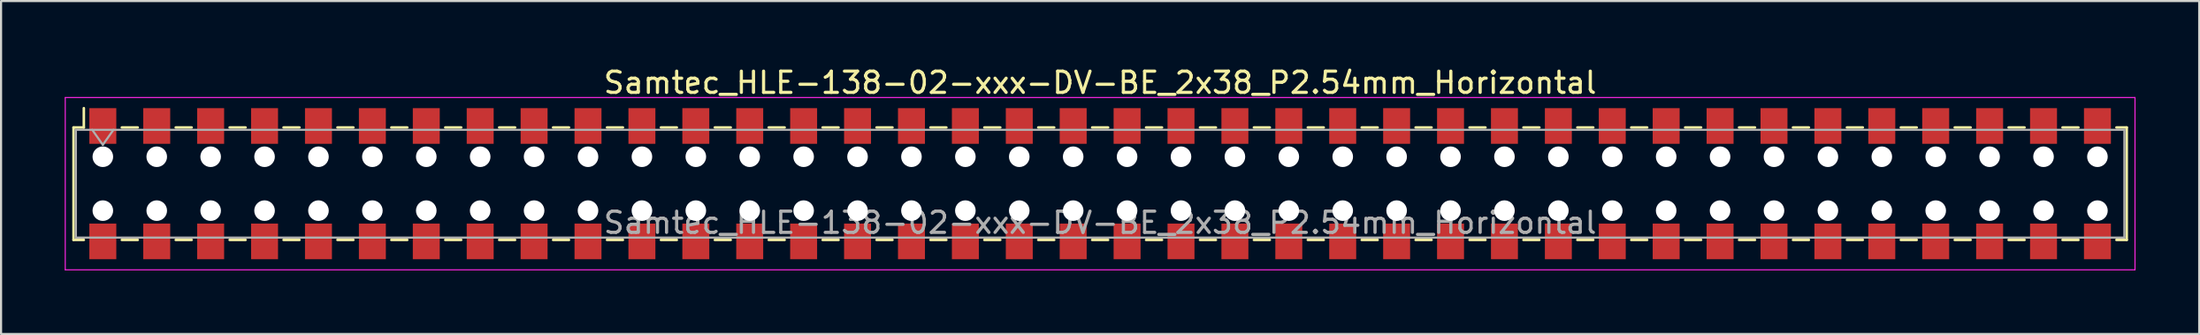
<source format=kicad_pcb>
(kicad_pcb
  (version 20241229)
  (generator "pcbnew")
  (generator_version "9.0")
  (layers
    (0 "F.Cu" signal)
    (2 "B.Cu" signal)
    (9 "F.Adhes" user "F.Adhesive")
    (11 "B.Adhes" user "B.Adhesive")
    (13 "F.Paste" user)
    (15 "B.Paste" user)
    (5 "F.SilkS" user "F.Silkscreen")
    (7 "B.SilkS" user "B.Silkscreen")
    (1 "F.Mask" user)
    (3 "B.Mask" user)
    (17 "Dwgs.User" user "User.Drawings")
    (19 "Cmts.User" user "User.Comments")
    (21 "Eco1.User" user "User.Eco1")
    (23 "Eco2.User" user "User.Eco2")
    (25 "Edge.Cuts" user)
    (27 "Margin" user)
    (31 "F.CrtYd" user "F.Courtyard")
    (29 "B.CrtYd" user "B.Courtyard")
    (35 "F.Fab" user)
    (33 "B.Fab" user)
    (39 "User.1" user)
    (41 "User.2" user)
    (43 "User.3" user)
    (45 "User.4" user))
  (footprint "Samtec_HLE-138-02-xxx-DV-BE_2x38_P2.54mm_Horizontal"
    (layer "F.Cu")
    (at 48.785 5.608)
    (property "Reference" "Samtec_HLE-138-02-xxx-DV-BE_2x38_P2.54mm_Horizontal" (at 0 -4.76 0) (layer "F.SilkS") (effects (font (size 1 1) (thickness 0.15))))
    (attr smd)
    (fp_line (start -48.37 -2.65) (end -48.37 2.65) (stroke (width 0.12) (type solid)) (layer "F.SilkS"))
    (fp_line (start -48.37 2.65) (end -47.885 2.65) (stroke (width 0.12) (type solid)) (layer "F.SilkS"))
    (fp_line (start -47.885 -3.56) (end -47.885 -2.65) (stroke (width 0.12) (type solid)) (layer "F.SilkS"))
    (fp_line (start -47.885 -2.65) (end -48.37 -2.65) (stroke (width 0.12) (type solid)) (layer "F.SilkS"))
    (fp_line (start -46.095 -2.65) (end -45.345 -2.65) (stroke (width 0.12) (type solid)) (layer "F.SilkS"))
    (fp_line (start -46.095 2.65) (end -45.345 2.65) (stroke (width 0.12) (type solid)) (layer "F.SilkS"))
    (fp_line (start -43.555 -2.65) (end -42.805 -2.65) (stroke (width 0.12) (type solid)) (layer "F.SilkS"))
    (fp_line (start -43.555 2.65) (end -42.805 2.65) (stroke (width 0.12) (type solid)) (layer "F.SilkS"))
    (fp_line (start -41.015 -2.65) (end -40.265 -2.65) (stroke (width 0.12) (type solid)) (layer "F.SilkS"))
    (fp_line (start -41.015 2.65) (end -40.265 2.65) (stroke (width 0.12) (type solid)) (layer "F.SilkS"))
    (fp_line (start -38.475 -2.65) (end -37.725 -2.65) (stroke (width 0.12) (type solid)) (layer "F.SilkS"))
    (fp_line (start -38.475 2.65) (end -37.725 2.65) (stroke (width 0.12) (type solid)) (layer "F.SilkS"))
    (fp_line (start -35.935 -2.65) (end -35.185 -2.65) (stroke (width 0.12) (type solid)) (layer "F.SilkS"))
    (fp_line (start -35.935 2.65) (end -35.185 2.65) (stroke (width 0.12) (type solid)) (layer "F.SilkS"))
    (fp_line (start -33.395 -2.65) (end -32.645 -2.65) (stroke (width 0.12) (type solid)) (layer "F.SilkS"))
    (fp_line (start -33.395 2.65) (end -32.645 2.65) (stroke (width 0.12) (type solid)) (layer "F.SilkS"))
    (fp_line (start -30.855 -2.65) (end -30.105 -2.65) (stroke (width 0.12) (type solid)) (layer "F.SilkS"))
    (fp_line (start -30.855 2.65) (end -30.105 2.65) (stroke (width 0.12) (type solid)) (layer "F.SilkS"))
    (fp_line (start -28.315 -2.65) (end -27.565 -2.65) (stroke (width 0.12) (type solid)) (layer "F.SilkS"))
    (fp_line (start -28.315 2.65) (end -27.565 2.65) (stroke (width 0.12) (type solid)) (layer "F.SilkS"))
    (fp_line (start -25.775 -2.65) (end -25.025 -2.65) (stroke (width 0.12) (type solid)) (layer "F.SilkS"))
    (fp_line (start -25.775 2.65) (end -25.025 2.65) (stroke (width 0.12) (type solid)) (layer "F.SilkS"))
    (fp_line (start -23.235 -2.65) (end -22.485 -2.65) (stroke (width 0.12) (type solid)) (layer "F.SilkS"))
    (fp_line (start -23.235 2.65) (end -22.485 2.65) (stroke (width 0.12) (type solid)) (layer "F.SilkS"))
    (fp_line (start -20.695 -2.65) (end -19.945 -2.65) (stroke (width 0.12) (type solid)) (layer "F.SilkS"))
    (fp_line (start -20.695 2.65) (end -19.945 2.65) (stroke (width 0.12) (type solid)) (layer "F.SilkS"))
    (fp_line (start -18.155 -2.65) (end -17.405 -2.65) (stroke (width 0.12) (type solid)) (layer "F.SilkS"))
    (fp_line (start -18.155 2.65) (end -17.405 2.65) (stroke (width 0.12) (type solid)) (layer "F.SilkS"))
    (fp_line (start -15.615 -2.65) (end -14.865 -2.65) (stroke (width 0.12) (type solid)) (layer "F.SilkS"))
    (fp_line (start -15.615 2.65) (end -14.865 2.65) (stroke (width 0.12) (type solid)) (layer "F.SilkS"))
    (fp_line (start -13.075 -2.65) (end -12.325 -2.65) (stroke (width 0.12) (type solid)) (layer "F.SilkS"))
    (fp_line (start -13.075 2.65) (end -12.325 2.65) (stroke (width 0.12) (type solid)) (layer "F.SilkS"))
    (fp_line (start -10.535 -2.65) (end -9.785 -2.65) (stroke (width 0.12) (type solid)) (layer "F.SilkS"))
    (fp_line (start -10.535 2.65) (end -9.785 2.65) (stroke (width 0.12) (type solid)) (layer "F.SilkS"))
    (fp_line (start -7.995 -2.65) (end -7.245 -2.65) (stroke (width 0.12) (type solid)) (layer "F.SilkS"))
    (fp_line (start -7.995 2.65) (end -7.245 2.65) (stroke (width 0.12) (type solid)) (layer "F.SilkS"))
    (fp_line (start -5.455 -2.65) (end -4.705 -2.65) (stroke (width 0.12) (type solid)) (layer "F.SilkS"))
    (fp_line (start -5.455 2.65) (end -4.705 2.65) (stroke (width 0.12) (type solid)) (layer "F.SilkS"))
    (fp_line (start -2.915 -2.65) (end -2.165 -2.65) (stroke (width 0.12) (type solid)) (layer "F.SilkS"))
    (fp_line (start -2.915 2.65) (end -2.165 2.65) (stroke (width 0.12) (type solid)) (layer "F.SilkS"))
    (fp_line (start -0.375 -2.65) (end 0.375 -2.65) (stroke (width 0.12) (type solid)) (layer "F.SilkS"))
    (fp_line (start -0.375 2.65) (end 0.375 2.65) (stroke (width 0.12) (type solid)) (layer "F.SilkS"))
    (fp_line (start 2.165 -2.65) (end 2.915 -2.65) (stroke (width 0.12) (type solid)) (layer "F.SilkS"))
    (fp_line (start 2.165 2.65) (end 2.915 2.65) (stroke (width 0.12) (type solid)) (layer "F.SilkS"))
    (fp_line (start 4.705 -2.65) (end 5.455 -2.65) (stroke (width 0.12) (type solid)) (layer "F.SilkS"))
    (fp_line (start 4.705 2.65) (end 5.455 2.65) (stroke (width 0.12) (type solid)) (layer "F.SilkS"))
    (fp_line (start 7.245 -2.65) (end 7.995 -2.65) (stroke (width 0.12) (type solid)) (layer "F.SilkS"))
    (fp_line (start 7.245 2.65) (end 7.995 2.65) (stroke (width 0.12) (type solid)) (layer "F.SilkS"))
    (fp_line (start 9.785 -2.65) (end 10.535 -2.65) (stroke (width 0.12) (type solid)) (layer "F.SilkS"))
    (fp_line (start 9.785 2.65) (end 10.535 2.65) (stroke (width 0.12) (type solid)) (layer "F.SilkS"))
    (fp_line (start 12.325 -2.65) (end 13.075 -2.65) (stroke (width 0.12) (type solid)) (layer "F.SilkS"))
    (fp_line (start 12.325 2.65) (end 13.075 2.65) (stroke (width 0.12) (type solid)) (layer "F.SilkS"))
    (fp_line (start 14.865 -2.65) (end 15.615 -2.65) (stroke (width 0.12) (type solid)) (layer "F.SilkS"))
    (fp_line (start 14.865 2.65) (end 15.615 2.65) (stroke (width 0.12) (type solid)) (layer "F.SilkS"))
    (fp_line (start 17.405 -2.65) (end 18.155 -2.65) (stroke (width 0.12) (type solid)) (layer "F.SilkS"))
    (fp_line (start 17.405 2.65) (end 18.155 2.65) (stroke (width 0.12) (type solid)) (layer "F.SilkS"))
    (fp_line (start 19.945 -2.65) (end 20.695 -2.65) (stroke (width 0.12) (type solid)) (layer "F.SilkS"))
    (fp_line (start 19.945 2.65) (end 20.695 2.65) (stroke (width 0.12) (type solid)) (layer "F.SilkS"))
    (fp_line (start 22.485 -2.65) (end 23.235 -2.65) (stroke (width 0.12) (type solid)) (layer "F.SilkS"))
    (fp_line (start 22.485 2.65) (end 23.235 2.65) (stroke (width 0.12) (type solid)) (layer "F.SilkS"))
    (fp_line (start 25.025 -2.65) (end 25.775 -2.65) (stroke (width 0.12) (type solid)) (layer "F.SilkS"))
    (fp_line (start 25.025 2.65) (end 25.775 2.65) (stroke (width 0.12) (type solid)) (layer "F.SilkS"))
    (fp_line (start 27.565 -2.65) (end 28.315 -2.65) (stroke (width 0.12) (type solid)) (layer "F.SilkS"))
    (fp_line (start 27.565 2.65) (end 28.315 2.65) (stroke (width 0.12) (type solid)) (layer "F.SilkS"))
    (fp_line (start 30.105 -2.65) (end 30.855 -2.65) (stroke (width 0.12) (type solid)) (layer "F.SilkS"))
    (fp_line (start 30.105 2.65) (end 30.855 2.65) (stroke (width 0.12) (type solid)) (layer "F.SilkS"))
    (fp_line (start 32.645 -2.65) (end 33.395 -2.65) (stroke (width 0.12) (type solid)) (layer "F.SilkS"))
    (fp_line (start 32.645 2.65) (end 33.395 2.65) (stroke (width 0.12) (type solid)) (layer "F.SilkS"))
    (fp_line (start 35.185 -2.65) (end 35.935 -2.65) (stroke (width 0.12) (type solid)) (layer "F.SilkS"))
    (fp_line (start 35.185 2.65) (end 35.935 2.65) (stroke (width 0.12) (type solid)) (layer "F.SilkS"))
    (fp_line (start 37.725 -2.65) (end 38.475 -2.65) (stroke (width 0.12) (type solid)) (layer "F.SilkS"))
    (fp_line (start 37.725 2.65) (end 38.475 2.65) (stroke (width 0.12) (type solid)) (layer "F.SilkS"))
    (fp_line (start 40.265 -2.65) (end 41.015 -2.65) (stroke (width 0.12) (type solid)) (layer "F.SilkS"))
    (fp_line (start 40.265 2.65) (end 41.015 2.65) (stroke (width 0.12) (type solid)) (layer "F.SilkS"))
    (fp_line (start 42.805 -2.65) (end 43.555 -2.65) (stroke (width 0.12) (type solid)) (layer "F.SilkS"))
    (fp_line (start 42.805 2.65) (end 43.555 2.65) (stroke (width 0.12) (type solid)) (layer "F.SilkS"))
    (fp_line (start 45.345 -2.65) (end 46.095 -2.65) (stroke (width 0.12) (type solid)) (layer "F.SilkS"))
    (fp_line (start 45.345 2.65) (end 46.095 2.65) (stroke (width 0.12) (type solid)) (layer "F.SilkS"))
    (fp_line (start 47.885 -2.65) (end 48.37 -2.65) (stroke (width 0.12) (type solid)) (layer "F.SilkS"))
    (fp_line (start 48.37 -2.65) (end 48.37 2.65) (stroke (width 0.12) (type solid)) (layer "F.SilkS"))
    (fp_line (start 48.37 2.65) (end 47.885 2.65) (stroke (width 0.12) (type solid)) (layer "F.SilkS"))
    (fp_line (start -48.76 -4.06) (end 48.76 -4.06) (stroke (width 0.05) (type solid)) (layer "F.CrtYd"))
    (fp_line (start -48.76 4.06) (end -48.76 -4.06) (stroke (width 0.05) (type solid)) (layer "F.CrtYd"))
    (fp_line (start 48.76 -4.06) (end 48.76 4.06) (stroke (width 0.05) (type solid)) (layer "F.CrtYd"))
    (fp_line (start 48.76 4.06) (end -48.76 4.06) (stroke (width 0.05) (type solid)) (layer "F.CrtYd"))
    (fp_line (start -48.26 -2.54) (end 48.26 -2.54) (stroke (width 0.1) (type solid)) (layer "F.Fab"))
    (fp_line (start -48.26 2.54) (end -48.26 -2.54) (stroke (width 0.1) (type solid)) (layer "F.Fab"))
    (fp_line (start -47.49 -2.54) (end -46.99 -1.833) (stroke (width 0.1) (type solid)) (layer "F.Fab"))
    (fp_line (start -46.99 -1.833) (end -46.49 -2.54) (stroke (width 0.1) (type solid)) (layer "F.Fab"))
    (fp_line (start 48.26 -2.54) (end 48.26 2.54) (stroke (width 0.1) (type solid)) (layer "F.Fab"))
    (fp_line (start 48.26 2.54) (end -48.26 2.54) (stroke (width 0.1) (type solid)) (layer "F.Fab"))
    (fp_text user "${REFERENCE}" (at 0 1.84 0) (layer "F.Fab") (effects (font (size 1 1) (thickness 0.15))))
    (pad "" np_thru_hole circle (at -46.99 -1.27) (size 0.97 0.97) (drill 0.97) (layers "*.Cu" "*.Mask"))
    (pad "" np_thru_hole circle (at -46.99 1.27) (size 0.97 0.97) (drill 0.97) (layers "*.Cu" "*.Mask"))
    (pad "" np_thru_hole circle (at -44.45 -1.27) (size 0.97 0.97) (drill 0.97) (layers "*.Cu" "*.Mask"))
    (pad "" np_thru_hole circle (at -44.45 1.27) (size 0.97 0.97) (drill 0.97) (layers "*.Cu" "*.Mask"))
    (pad "" np_thru_hole circle (at -41.91 -1.27) (size 0.97 0.97) (drill 0.97) (layers "*.Cu" "*.Mask"))
    (pad "" np_thru_hole circle (at -41.91 1.27) (size 0.97 0.97) (drill 0.97) (layers "*.Cu" "*.Mask"))
    (pad "" np_thru_hole circle (at -39.37 -1.27) (size 0.97 0.97) (drill 0.97) (layers "*.Cu" "*.Mask"))
    (pad "" np_thru_hole circle (at -39.37 1.27) (size 0.97 0.97) (drill 0.97) (layers "*.Cu" "*.Mask"))
    (pad "" np_thru_hole circle (at -36.83 -1.27) (size 0.97 0.97) (drill 0.97) (layers "*.Cu" "*.Mask"))
    (pad "" np_thru_hole circle (at -36.83 1.27) (size 0.97 0.97) (drill 0.97) (layers "*.Cu" "*.Mask"))
    (pad "" np_thru_hole circle (at -34.29 -1.27) (size 0.97 0.97) (drill 0.97) (layers "*.Cu" "*.Mask"))
    (pad "" np_thru_hole circle (at -34.29 1.27) (size 0.97 0.97) (drill 0.97) (layers "*.Cu" "*.Mask"))
    (pad "" np_thru_hole circle (at -31.75 -1.27) (size 0.97 0.97) (drill 0.97) (layers "*.Cu" "*.Mask"))
    (pad "" np_thru_hole circle (at -31.75 1.27) (size 0.97 0.97) (drill 0.97) (layers "*.Cu" "*.Mask"))
    (pad "" np_thru_hole circle (at -29.21 -1.27) (size 0.97 0.97) (drill 0.97) (layers "*.Cu" "*.Mask"))
    (pad "" np_thru_hole circle (at -29.21 1.27) (size 0.97 0.97) (drill 0.97) (layers "*.Cu" "*.Mask"))
    (pad "" np_thru_hole circle (at -26.67 -1.27) (size 0.97 0.97) (drill 0.97) (layers "*.Cu" "*.Mask"))
    (pad "" np_thru_hole circle (at -26.67 1.27) (size 0.97 0.97) (drill 0.97) (layers "*.Cu" "*.Mask"))
    (pad "" np_thru_hole circle (at -24.13 -1.27) (size 0.97 0.97) (drill 0.97) (layers "*.Cu" "*.Mask"))
    (pad "" np_thru_hole circle (at -24.13 1.27) (size 0.97 0.97) (drill 0.97) (layers "*.Cu" "*.Mask"))
    (pad "" np_thru_hole circle (at -21.59 -1.27) (size 0.97 0.97) (drill 0.97) (layers "*.Cu" "*.Mask"))
    (pad "" np_thru_hole circle (at -21.59 1.27) (size 0.97 0.97) (drill 0.97) (layers "*.Cu" "*.Mask"))
    (pad "" np_thru_hole circle (at -19.05 -1.27) (size 0.97 0.97) (drill 0.97) (layers "*.Cu" "*.Mask"))
    (pad "" np_thru_hole circle (at -19.05 1.27) (size 0.97 0.97) (drill 0.97) (layers "*.Cu" "*.Mask"))
    (pad "" np_thru_hole circle (at -16.51 -1.27) (size 0.97 0.97) (drill 0.97) (layers "*.Cu" "*.Mask"))
    (pad "" np_thru_hole circle (at -16.51 1.27) (size 0.97 0.97) (drill 0.97) (layers "*.Cu" "*.Mask"))
    (pad "" np_thru_hole circle (at -13.97 -1.27) (size 0.97 0.97) (drill 0.97) (layers "*.Cu" "*.Mask"))
    (pad "" np_thru_hole circle (at -13.97 1.27) (size 0.97 0.97) (drill 0.97) (layers "*.Cu" "*.Mask"))
    (pad "" np_thru_hole circle (at -11.43 -1.27) (size 0.97 0.97) (drill 0.97) (layers "*.Cu" "*.Mask"))
    (pad "" np_thru_hole circle (at -11.43 1.27) (size 0.97 0.97) (drill 0.97) (layers "*.Cu" "*.Mask"))
    (pad "" np_thru_hole circle (at -8.89 -1.27) (size 0.97 0.97) (drill 0.97) (layers "*.Cu" "*.Mask"))
    (pad "" np_thru_hole circle (at -8.89 1.27) (size 0.97 0.97) (drill 0.97) (layers "*.Cu" "*.Mask"))
    (pad "" np_thru_hole circle (at -6.35 -1.27) (size 0.97 0.97) (drill 0.97) (layers "*.Cu" "*.Mask"))
    (pad "" np_thru_hole circle (at -6.35 1.27) (size 0.97 0.97) (drill 0.97) (layers "*.Cu" "*.Mask"))
    (pad "" np_thru_hole circle (at -3.81 -1.27) (size 0.97 0.97) (drill 0.97) (layers "*.Cu" "*.Mask"))
    (pad "" np_thru_hole circle (at -3.81 1.27) (size 0.97 0.97) (drill 0.97) (layers "*.Cu" "*.Mask"))
    (pad "" np_thru_hole circle (at -1.27 -1.27) (size 0.97 0.97) (drill 0.97) (layers "*.Cu" "*.Mask"))
    (pad "" np_thru_hole circle (at -1.27 1.27) (size 0.97 0.97) (drill 0.97) (layers "*.Cu" "*.Mask"))
    (pad "" np_thru_hole circle (at 1.27 -1.27) (size 0.97 0.97) (drill 0.97) (layers "*.Cu" "*.Mask"))
    (pad "" np_thru_hole circle (at 1.27 1.27) (size 0.97 0.97) (drill 0.97) (layers "*.Cu" "*.Mask"))
    (pad "" np_thru_hole circle (at 3.81 -1.27) (size 0.97 0.97) (drill 0.97) (layers "*.Cu" "*.Mask"))
    (pad "" np_thru_hole circle (at 3.81 1.27) (size 0.97 0.97) (drill 0.97) (layers "*.Cu" "*.Mask"))
    (pad "" np_thru_hole circle (at 6.35 -1.27) (size 0.97 0.97) (drill 0.97) (layers "*.Cu" "*.Mask"))
    (pad "" np_thru_hole circle (at 6.35 1.27) (size 0.97 0.97) (drill 0.97) (layers "*.Cu" "*.Mask"))
    (pad "" np_thru_hole circle (at 8.89 -1.27) (size 0.97 0.97) (drill 0.97) (layers "*.Cu" "*.Mask"))
    (pad "" np_thru_hole circle (at 8.89 1.27) (size 0.97 0.97) (drill 0.97) (layers "*.Cu" "*.Mask"))
    (pad "" np_thru_hole circle (at 11.43 -1.27) (size 0.97 0.97) (drill 0.97) (layers "*.Cu" "*.Mask"))
    (pad "" np_thru_hole circle (at 11.43 1.27) (size 0.97 0.97) (drill 0.97) (layers "*.Cu" "*.Mask"))
    (pad "" np_thru_hole circle (at 13.97 -1.27) (size 0.97 0.97) (drill 0.97) (layers "*.Cu" "*.Mask"))
    (pad "" np_thru_hole circle (at 13.97 1.27) (size 0.97 0.97) (drill 0.97) (layers "*.Cu" "*.Mask"))
    (pad "" np_thru_hole circle (at 16.51 -1.27) (size 0.97 0.97) (drill 0.97) (layers "*.Cu" "*.Mask"))
    (pad "" np_thru_hole circle (at 16.51 1.27) (size 0.97 0.97) (drill 0.97) (layers "*.Cu" "*.Mask"))
    (pad "" np_thru_hole circle (at 19.05 -1.27) (size 0.97 0.97) (drill 0.97) (layers "*.Cu" "*.Mask"))
    (pad "" np_thru_hole circle (at 19.05 1.27) (size 0.97 0.97) (drill 0.97) (layers "*.Cu" "*.Mask"))
    (pad "" np_thru_hole circle (at 21.59 -1.27) (size 0.97 0.97) (drill 0.97) (layers "*.Cu" "*.Mask"))
    (pad "" np_thru_hole circle (at 21.59 1.27) (size 0.97 0.97) (drill 0.97) (layers "*.Cu" "*.Mask"))
    (pad "" np_thru_hole circle (at 24.13 -1.27) (size 0.97 0.97) (drill 0.97) (layers "*.Cu" "*.Mask"))
    (pad "" np_thru_hole circle (at 24.13 1.27) (size 0.97 0.97) (drill 0.97) (layers "*.Cu" "*.Mask"))
    (pad "" np_thru_hole circle (at 26.67 -1.27) (size 0.97 0.97) (drill 0.97) (layers "*.Cu" "*.Mask"))
    (pad "" np_thru_hole circle (at 26.67 1.27) (size 0.97 0.97) (drill 0.97) (layers "*.Cu" "*.Mask"))
    (pad "" np_thru_hole circle (at 29.21 -1.27) (size 0.97 0.97) (drill 0.97) (layers "*.Cu" "*.Mask"))
    (pad "" np_thru_hole circle (at 29.21 1.27) (size 0.97 0.97) (drill 0.97) (layers "*.Cu" "*.Mask"))
    (pad "" np_thru_hole circle (at 31.75 -1.27) (size 0.97 0.97) (drill 0.97) (layers "*.Cu" "*.Mask"))
    (pad "" np_thru_hole circle (at 31.75 1.27) (size 0.97 0.97) (drill 0.97) (layers "*.Cu" "*.Mask"))
    (pad "" np_thru_hole circle (at 34.29 -1.27) (size 0.97 0.97) (drill 0.97) (layers "*.Cu" "*.Mask"))
    (pad "" np_thru_hole circle (at 34.29 1.27) (size 0.97 0.97) (drill 0.97) (layers "*.Cu" "*.Mask"))
    (pad "" np_thru_hole circle (at 36.83 -1.27) (size 0.97 0.97) (drill 0.97) (layers "*.Cu" "*.Mask"))
    (pad "" np_thru_hole circle (at 36.83 1.27) (size 0.97 0.97) (drill 0.97) (layers "*.Cu" "*.Mask"))
    (pad "" np_thru_hole circle (at 39.37 -1.27) (size 0.97 0.97) (drill 0.97) (layers "*.Cu" "*.Mask"))
    (pad "" np_thru_hole circle (at 39.37 1.27) (size 0.97 0.97) (drill 0.97) (layers "*.Cu" "*.Mask"))
    (pad "" np_thru_hole circle (at 41.91 -1.27) (size 0.97 0.97) (drill 0.97) (layers "*.Cu" "*.Mask"))
    (pad "" np_thru_hole circle (at 41.91 1.27) (size 0.97 0.97) (drill 0.97) (layers "*.Cu" "*.Mask"))
    (pad "" np_thru_hole circle (at 44.45 -1.27) (size 0.97 0.97) (drill 0.97) (layers "*.Cu" "*.Mask"))
    (pad "" np_thru_hole circle (at 44.45 1.27) (size 0.97 0.97) (drill 0.97) (layers "*.Cu" "*.Mask"))
    (pad "" np_thru_hole circle (at 46.99 -1.27) (size 0.97 0.97) (drill 0.97) (layers "*.Cu" "*.Mask"))
    (pad "" np_thru_hole circle (at 46.99 1.27) (size 0.97 0.97) (drill 0.97) (layers "*.Cu" "*.Mask"))
    (pad "1" smd rect (at -46.99 -2.72) (size 1.27 1.68) (layers "F.Cu" "F.Mask" "F.Paste"))
    (pad "2" smd rect (at -46.99 2.72) (size 1.27 1.68) (layers "F.Cu" "F.Mask" "F.Paste"))
    (pad "3" smd rect (at -44.45 -2.72) (size 1.27 1.68) (layers "F.Cu" "F.Mask" "F.Paste"))
    (pad "4" smd rect (at -44.45 2.72) (size 1.27 1.68) (layers "F.Cu" "F.Mask" "F.Paste"))
    (pad "5" smd rect (at -41.91 -2.72) (size 1.27 1.68) (layers "F.Cu" "F.Mask" "F.Paste"))
    (pad "6" smd rect (at -41.91 2.72) (size 1.27 1.68) (layers "F.Cu" "F.Mask" "F.Paste"))
    (pad "7" smd rect (at -39.37 -2.72) (size 1.27 1.68) (layers "F.Cu" "F.Mask" "F.Paste"))
    (pad "8" smd rect (at -39.37 2.72) (size 1.27 1.68) (layers "F.Cu" "F.Mask" "F.Paste"))
    (pad "9" smd rect (at -36.83 -2.72) (size 1.27 1.68) (layers "F.Cu" "F.Mask" "F.Paste"))
    (pad "10" smd rect (at -36.83 2.72) (size 1.27 1.68) (layers "F.Cu" "F.Mask" "F.Paste"))
    (pad "11" smd rect (at -34.29 -2.72) (size 1.27 1.68) (layers "F.Cu" "F.Mask" "F.Paste"))
    (pad "12" smd rect (at -34.29 2.72) (size 1.27 1.68) (layers "F.Cu" "F.Mask" "F.Paste"))
    (pad "13" smd rect (at -31.75 -2.72) (size 1.27 1.68) (layers "F.Cu" "F.Mask" "F.Paste"))
    (pad "14" smd rect (at -31.75 2.72) (size 1.27 1.68) (layers "F.Cu" "F.Mask" "F.Paste"))
    (pad "15" smd rect (at -29.21 -2.72) (size 1.27 1.68) (layers "F.Cu" "F.Mask" "F.Paste"))
    (pad "16" smd rect (at -29.21 2.72) (size 1.27 1.68) (layers "F.Cu" "F.Mask" "F.Paste"))
    (pad "17" smd rect (at -26.67 -2.72) (size 1.27 1.68) (layers "F.Cu" "F.Mask" "F.Paste"))
    (pad "18" smd rect (at -26.67 2.72) (size 1.27 1.68) (layers "F.Cu" "F.Mask" "F.Paste"))
    (pad "19" smd rect (at -24.13 -2.72) (size 1.27 1.68) (layers "F.Cu" "F.Mask" "F.Paste"))
    (pad "20" smd rect (at -24.13 2.72) (size 1.27 1.68) (layers "F.Cu" "F.Mask" "F.Paste"))
    (pad "21" smd rect (at -21.59 -2.72) (size 1.27 1.68) (layers "F.Cu" "F.Mask" "F.Paste"))
    (pad "22" smd rect (at -21.59 2.72) (size 1.27 1.68) (layers "F.Cu" "F.Mask" "F.Paste"))
    (pad "23" smd rect (at -19.05 -2.72) (size 1.27 1.68) (layers "F.Cu" "F.Mask" "F.Paste"))
    (pad "24" smd rect (at -19.05 2.72) (size 1.27 1.68) (layers "F.Cu" "F.Mask" "F.Paste"))
    (pad "25" smd rect (at -16.51 -2.72) (size 1.27 1.68) (layers "F.Cu" "F.Mask" "F.Paste"))
    (pad "26" smd rect (at -16.51 2.72) (size 1.27 1.68) (layers "F.Cu" "F.Mask" "F.Paste"))
    (pad "27" smd rect (at -13.97 -2.72) (size 1.27 1.68) (layers "F.Cu" "F.Mask" "F.Paste"))
    (pad "28" smd rect (at -13.97 2.72) (size 1.27 1.68) (layers "F.Cu" "F.Mask" "F.Paste"))
    (pad "29" smd rect (at -11.43 -2.72) (size 1.27 1.68) (layers "F.Cu" "F.Mask" "F.Paste"))
    (pad "30" smd rect (at -11.43 2.72) (size 1.27 1.68) (layers "F.Cu" "F.Mask" "F.Paste"))
    (pad "31" smd rect (at -8.89 -2.72) (size 1.27 1.68) (layers "F.Cu" "F.Mask" "F.Paste"))
    (pad "32" smd rect (at -8.89 2.72) (size 1.27 1.68) (layers "F.Cu" "F.Mask" "F.Paste"))
    (pad "33" smd rect (at -6.35 -2.72) (size 1.27 1.68) (layers "F.Cu" "F.Mask" "F.Paste"))
    (pad "34" smd rect (at -6.35 2.72) (size 1.27 1.68) (layers "F.Cu" "F.Mask" "F.Paste"))
    (pad "35" smd rect (at -3.81 -2.72) (size 1.27 1.68) (layers "F.Cu" "F.Mask" "F.Paste"))
    (pad "36" smd rect (at -3.81 2.72) (size 1.27 1.68) (layers "F.Cu" "F.Mask" "F.Paste"))
    (pad "37" smd rect (at -1.27 -2.72) (size 1.27 1.68) (layers "F.Cu" "F.Mask" "F.Paste"))
    (pad "38" smd rect (at -1.27 2.72) (size 1.27 1.68) (layers "F.Cu" "F.Mask" "F.Paste"))
    (pad "39" smd rect (at 1.27 -2.72) (size 1.27 1.68) (layers "F.Cu" "F.Mask" "F.Paste"))
    (pad "40" smd rect (at 1.27 2.72) (size 1.27 1.68) (layers "F.Cu" "F.Mask" "F.Paste"))
    (pad "41" smd rect (at 3.81 -2.72) (size 1.27 1.68) (layers "F.Cu" "F.Mask" "F.Paste"))
    (pad "42" smd rect (at 3.81 2.72) (size 1.27 1.68) (layers "F.Cu" "F.Mask" "F.Paste"))
    (pad "43" smd rect (at 6.35 -2.72) (size 1.27 1.68) (layers "F.Cu" "F.Mask" "F.Paste"))
    (pad "44" smd rect (at 6.35 2.72) (size 1.27 1.68) (layers "F.Cu" "F.Mask" "F.Paste"))
    (pad "45" smd rect (at 8.89 -2.72) (size 1.27 1.68) (layers "F.Cu" "F.Mask" "F.Paste"))
    (pad "46" smd rect (at 8.89 2.72) (size 1.27 1.68) (layers "F.Cu" "F.Mask" "F.Paste"))
    (pad "47" smd rect (at 11.43 -2.72) (size 1.27 1.68) (layers "F.Cu" "F.Mask" "F.Paste"))
    (pad "48" smd rect (at 11.43 2.72) (size 1.27 1.68) (layers "F.Cu" "F.Mask" "F.Paste"))
    (pad "49" smd rect (at 13.97 -2.72) (size 1.27 1.68) (layers "F.Cu" "F.Mask" "F.Paste"))
    (pad "50" smd rect (at 13.97 2.72) (size 1.27 1.68) (layers "F.Cu" "F.Mask" "F.Paste"))
    (pad "51" smd rect (at 16.51 -2.72) (size 1.27 1.68) (layers "F.Cu" "F.Mask" "F.Paste"))
    (pad "52" smd rect (at 16.51 2.72) (size 1.27 1.68) (layers "F.Cu" "F.Mask" "F.Paste"))
    (pad "53" smd rect (at 19.05 -2.72) (size 1.27 1.68) (layers "F.Cu" "F.Mask" "F.Paste"))
    (pad "54" smd rect (at 19.05 2.72) (size 1.27 1.68) (layers "F.Cu" "F.Mask" "F.Paste"))
    (pad "55" smd rect (at 21.59 -2.72) (size 1.27 1.68) (layers "F.Cu" "F.Mask" "F.Paste"))
    (pad "56" smd rect (at 21.59 2.72) (size 1.27 1.68) (layers "F.Cu" "F.Mask" "F.Paste"))
    (pad "57" smd rect (at 24.13 -2.72) (size 1.27 1.68) (layers "F.Cu" "F.Mask" "F.Paste"))
    (pad "58" smd rect (at 24.13 2.72) (size 1.27 1.68) (layers "F.Cu" "F.Mask" "F.Paste"))
    (pad "59" smd rect (at 26.67 -2.72) (size 1.27 1.68) (layers "F.Cu" "F.Mask" "F.Paste"))
    (pad "60" smd rect (at 26.67 2.72) (size 1.27 1.68) (layers "F.Cu" "F.Mask" "F.Paste"))
    (pad "61" smd rect (at 29.21 -2.72) (size 1.27 1.68) (layers "F.Cu" "F.Mask" "F.Paste"))
    (pad "62" smd rect (at 29.21 2.72) (size 1.27 1.68) (layers "F.Cu" "F.Mask" "F.Paste"))
    (pad "63" smd rect (at 31.75 -2.72) (size 1.27 1.68) (layers "F.Cu" "F.Mask" "F.Paste"))
    (pad "64" smd rect (at 31.75 2.72) (size 1.27 1.68) (layers "F.Cu" "F.Mask" "F.Paste"))
    (pad "65" smd rect (at 34.29 -2.72) (size 1.27 1.68) (layers "F.Cu" "F.Mask" "F.Paste"))
    (pad "66" smd rect (at 34.29 2.72) (size 1.27 1.68) (layers "F.Cu" "F.Mask" "F.Paste"))
    (pad "67" smd rect (at 36.83 -2.72) (size 1.27 1.68) (layers "F.Cu" "F.Mask" "F.Paste"))
    (pad "68" smd rect (at 36.83 2.72) (size 1.27 1.68) (layers "F.Cu" "F.Mask" "F.Paste"))
    (pad "69" smd rect (at 39.37 -2.72) (size 1.27 1.68) (layers "F.Cu" "F.Mask" "F.Paste"))
    (pad "70" smd rect (at 39.37 2.72) (size 1.27 1.68) (layers "F.Cu" "F.Mask" "F.Paste"))
    (pad "71" smd rect (at 41.91 -2.72) (size 1.27 1.68) (layers "F.Cu" "F.Mask" "F.Paste"))
    (pad "72" smd rect (at 41.91 2.72) (size 1.27 1.68) (layers "F.Cu" "F.Mask" "F.Paste"))
    (pad "73" smd rect (at 44.45 -2.72) (size 1.27 1.68) (layers "F.Cu" "F.Mask" "F.Paste"))
    (pad "74" smd rect (at 44.45 2.72) (size 1.27 1.68) (layers "F.Cu" "F.Mask" "F.Paste"))
    (pad "75" smd rect (at 46.99 -2.72) (size 1.27 1.68) (layers "F.Cu" "F.Mask" "F.Paste"))
    (pad "76" smd rect (at 46.99 2.72) (size 1.27 1.68) (layers "F.Cu" "F.Mask" "F.Paste")))
  (gr_rect
    (start -3 -3)
    (end 100.57 12.693)
    (stroke (width 0.1) (type default))
    (fill no)
    (layer "Edge.Cuts")))
</source>
